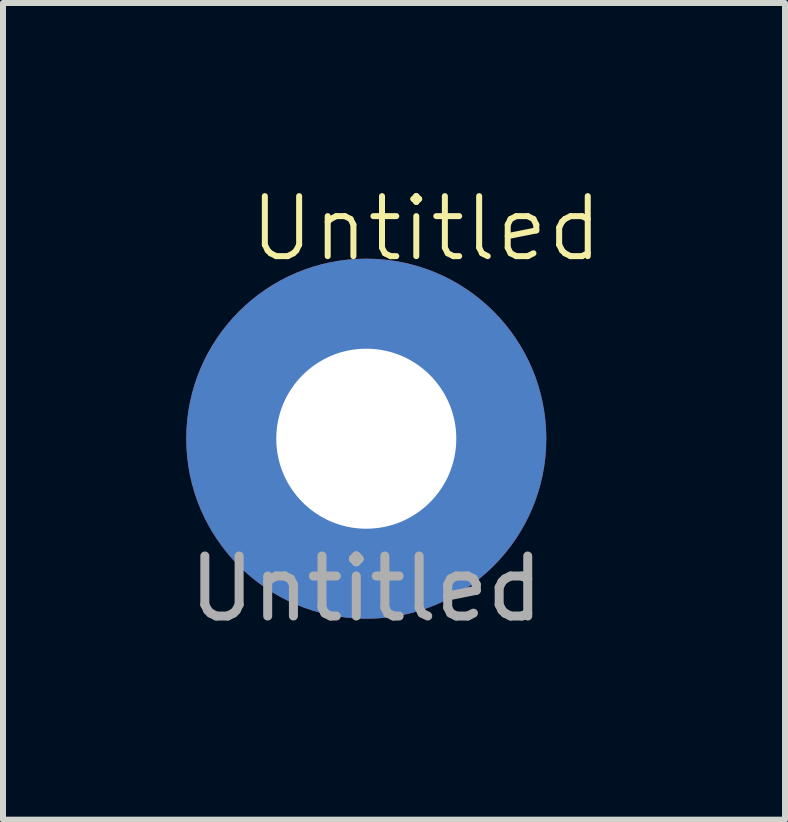
<source format=kicad_pcb>
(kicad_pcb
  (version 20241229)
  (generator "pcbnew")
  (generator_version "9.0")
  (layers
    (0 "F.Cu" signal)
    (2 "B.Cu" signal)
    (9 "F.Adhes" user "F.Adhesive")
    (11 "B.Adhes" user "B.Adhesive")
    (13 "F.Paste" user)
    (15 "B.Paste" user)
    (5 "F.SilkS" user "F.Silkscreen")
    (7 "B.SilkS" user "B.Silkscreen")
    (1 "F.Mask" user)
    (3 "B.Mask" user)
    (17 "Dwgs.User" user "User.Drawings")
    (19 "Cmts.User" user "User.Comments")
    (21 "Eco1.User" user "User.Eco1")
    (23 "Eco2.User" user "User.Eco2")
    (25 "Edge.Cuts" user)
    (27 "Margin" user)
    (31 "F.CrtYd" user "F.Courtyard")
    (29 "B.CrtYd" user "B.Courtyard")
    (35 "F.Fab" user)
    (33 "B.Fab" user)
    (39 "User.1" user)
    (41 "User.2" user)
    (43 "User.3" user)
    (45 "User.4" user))
  (footprint "Untitled"
    (layer "F.Cu")
    (at 3.054 4.261)
    (property "Reference" "Untitled" (at 1 -3.5 0) (unlocked yes) (layer "F.SilkS") (effects (font (size 1 1) (thickness 0.1))))
    (attr smd)
    (fp_text user "${REFERENCE}" (at 0 2.5 0) (unlocked yes) (layer "F.Fab") (effects (font (size 1 1) (thickness 0.15))))
    (pad "1" thru_hole circle (at 0 0) (size 6 6) (drill 3) (layers "*.Cu" "*.Mask")))
  (gr_rect
    (start -3 -3)
    (end 10.032 10.609)
    (stroke (width 0.1) (type default))
    (fill no)
    (layer "Edge.Cuts")))
</source>
